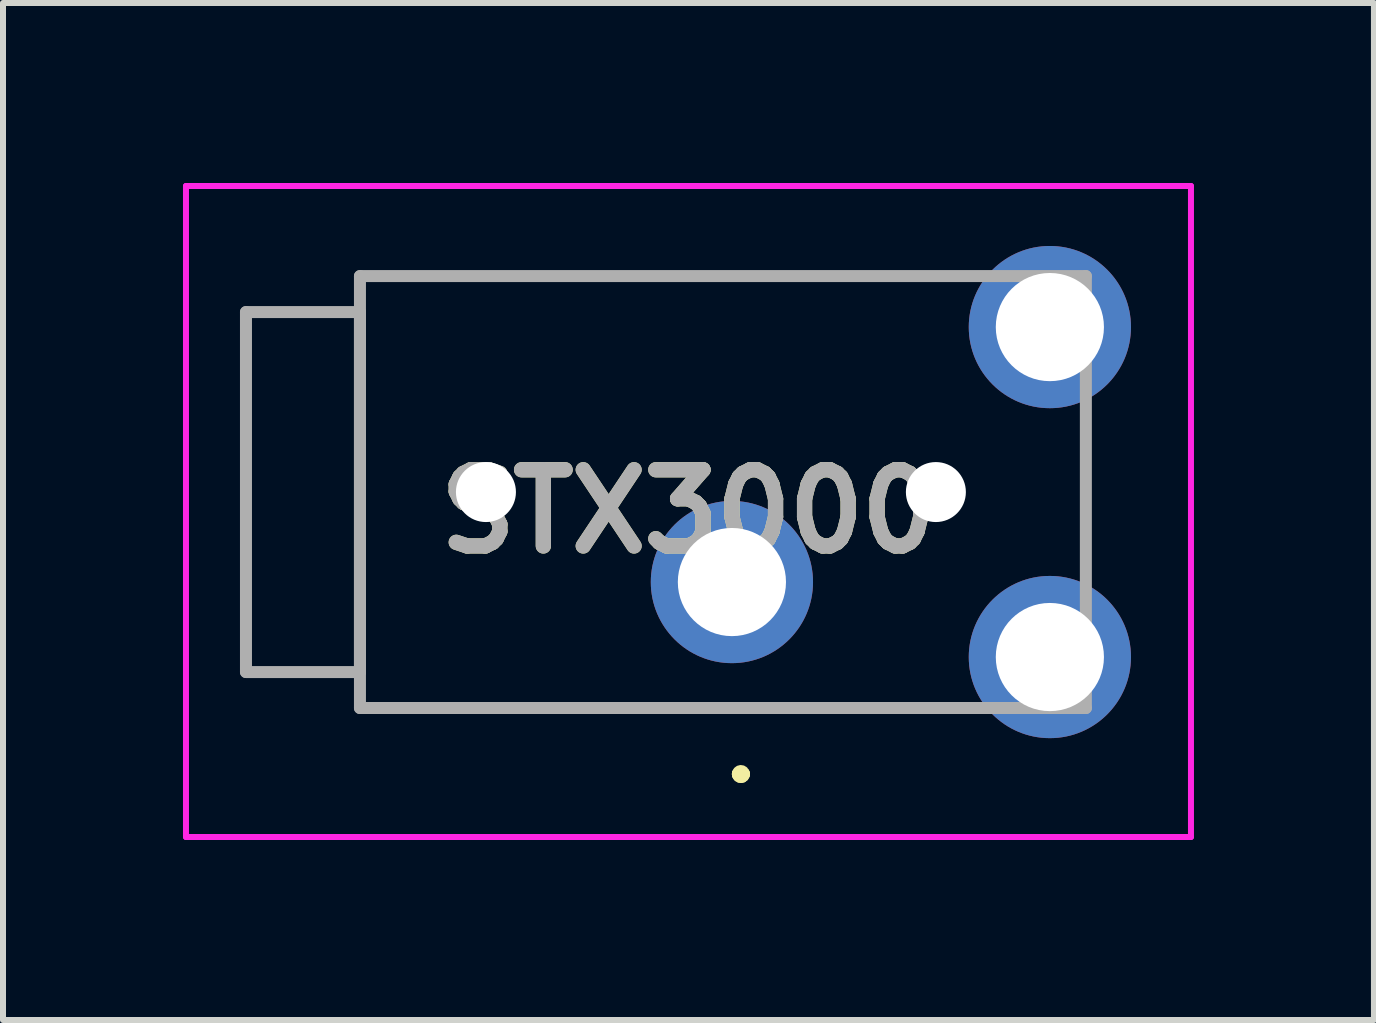
<source format=kicad_pcb>
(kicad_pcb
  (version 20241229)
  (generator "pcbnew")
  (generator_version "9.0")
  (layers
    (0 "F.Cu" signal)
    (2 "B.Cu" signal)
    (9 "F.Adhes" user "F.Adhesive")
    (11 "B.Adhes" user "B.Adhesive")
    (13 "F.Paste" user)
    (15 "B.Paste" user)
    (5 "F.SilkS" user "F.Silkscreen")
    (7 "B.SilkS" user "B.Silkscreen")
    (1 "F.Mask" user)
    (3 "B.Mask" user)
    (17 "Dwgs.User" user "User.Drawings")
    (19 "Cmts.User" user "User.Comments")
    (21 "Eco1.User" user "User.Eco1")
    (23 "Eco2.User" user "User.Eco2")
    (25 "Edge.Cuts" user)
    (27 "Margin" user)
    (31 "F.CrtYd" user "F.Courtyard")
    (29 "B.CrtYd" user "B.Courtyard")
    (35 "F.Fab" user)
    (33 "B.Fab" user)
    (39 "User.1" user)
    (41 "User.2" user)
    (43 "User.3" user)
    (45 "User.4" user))
  (footprint "STX3000"
    (layer "F.Cu")
    (at 9.15 6.652)
    (property "Reference" "STX3000" (at -0.724 -1.176 0) (layer "F.SilkS") (effects (font (size 1.27 1.27) (thickness 0.254))))
    (attr through_hole)
    (fp_line (start -8.1 -4.5) (end -8.1 1.5) (stroke (width 0.1) (type solid)) (layer "F.SilkS"))
    (fp_line (start -8.1 1.5) (end -6.2 1.5) (stroke (width 0.1) (type solid)) (layer "F.SilkS"))
    (fp_line (start -6.2 -5.1) (end -6.2 -5.1) (stroke (width 0.1) (type solid)) (layer "F.SilkS"))
    (fp_line (start -6.2 -5.1) (end -6.2 -5.1) (stroke (width 0.1) (type solid)) (layer "F.SilkS"))
    (fp_line (start -6.2 -5.1) (end -6.2 -4.5) (stroke (width 0.1) (type solid)) (layer "F.SilkS"))
    (fp_line (start -6.2 -5.1) (end 3.3 -5.1) (stroke (width 0.1) (type solid)) (layer "F.SilkS"))
    (fp_line (start -6.2 -4.5) (end -8.1 -4.5) (stroke (width 0.1) (type solid)) (layer "F.SilkS"))
    (fp_line (start -6.2 -4.5) (end -6.2 -5.1) (stroke (width 0.1) (type solid)) (layer "F.SilkS"))
    (fp_line (start -6.2 -4.5) (end -6.2 -4.5) (stroke (width 0.1) (type solid)) (layer "F.SilkS"))
    (fp_line (start -6.2 1.5) (end -6.2 -4.5) (stroke (width 0.1) (type solid)) (layer "F.SilkS"))
    (fp_line (start -6.2 1.5) (end -6.2 1.5) (stroke (width 0.1) (type solid)) (layer "F.SilkS"))
    (fp_line (start -6.2 1.5) (end -6.2 2.1) (stroke (width 0.1) (type solid)) (layer "F.SilkS"))
    (fp_line (start -6.2 2.1) (end -6.2 1.5) (stroke (width 0.1) (type solid)) (layer "F.SilkS"))
    (fp_line (start -6.2 2.1) (end -6.2 2.1) (stroke (width 0.1) (type solid)) (layer "F.SilkS"))
    (fp_line (start -6.2 2.1) (end -6.2 2.1) (stroke (width 0.1) (type solid)) (layer "F.SilkS"))
    (fp_line (start -6.2 2.1) (end 3.3 2.1) (stroke (width 0.1) (type solid)) (layer "F.SilkS"))
    (fp_line (start 0.1 3.2) (end 0.1 3.2) (stroke (width 0.2) (type solid)) (layer "F.SilkS"))
    (fp_line (start 0.1 3.2) (end 0.1 3.2) (stroke (width 0.2) (type solid)) (layer "F.SilkS"))
    (fp_line (start 0.2 3.2) (end 0.2 3.2) (stroke (width 0.2) (type solid)) (layer "F.SilkS"))
    (fp_line (start 3.3 -5.1) (end -6.2 -5.1) (stroke (width 0.1) (type solid)) (layer "F.SilkS"))
    (fp_line (start 3.3 -5.1) (end 3.3 -5.1) (stroke (width 0.1) (type solid)) (layer "F.SilkS"))
    (fp_line (start 3.3 2.1) (end -6.2 2.1) (stroke (width 0.1) (type solid)) (layer "F.SilkS"))
    (fp_line (start 3.3 2.1) (end 3.3 2.1) (stroke (width 0.1) (type solid)) (layer "F.SilkS"))
    (fp_arc (start 0.1 3.2) (mid 0.15 3.15) (end 0.2 3.2) (stroke (width 0.2) (type solid)) (layer "F.SilkS"))
    (fp_arc (start 0.2 3.2) (mid 0.15 3.25) (end 0.1 3.2) (stroke (width 0.2) (type solid)) (layer "F.SilkS"))
    (fp_arc (start 0.2 3.2) (mid 0.15 3.25) (end 0.1 3.2) (stroke (width 0.2) (type solid)) (layer "F.SilkS"))
    (fp_line (start -9.1 -6.602) (end -9.1 4.25) (stroke (width 0.1) (type solid)) (layer "F.CrtYd"))
    (fp_line (start -9.1 4.25) (end 7.652 4.25) (stroke (width 0.1) (type solid)) (layer "F.CrtYd"))
    (fp_line (start 7.652 -6.602) (end -9.1 -6.602) (stroke (width 0.1) (type solid)) (layer "F.CrtYd"))
    (fp_line (start 7.652 4.25) (end 7.652 -6.602) (stroke (width 0.1) (type solid)) (layer "F.CrtYd"))
    (fp_line (start -8.1 -4.5) (end -8.1 1.5) (stroke (width 0.2) (type solid)) (layer "F.Fab"))
    (fp_line (start -8.1 1.5) (end -6.2 1.5) (stroke (width 0.2) (type solid)) (layer "F.Fab"))
    (fp_line (start -6.2 -5.1) (end 5.9 -5.1) (stroke (width 0.2) (type solid)) (layer "F.Fab"))
    (fp_line (start -6.2 -4.5) (end -8.1 -4.5) (stroke (width 0.2) (type solid)) (layer "F.Fab"))
    (fp_line (start -6.2 1.5) (end -6.2 -4.5) (stroke (width 0.2) (type solid)) (layer "F.Fab"))
    (fp_line (start -6.2 2.1) (end -6.2 -5.1) (stroke (width 0.2) (type solid)) (layer "F.Fab"))
    (fp_line (start 5.9 -5.1) (end 5.9 2.1) (stroke (width 0.2) (type solid)) (layer "F.Fab"))
    (fp_line (start 5.9 2.1) (end -6.2 2.1) (stroke (width 0.2) (type solid)) (layer "F.Fab"))
    (fp_text user "${REFERENCE}" (at -0.724 -1.176 0) (layer "F.Fab") (effects (font (size 1.27 1.27) (thickness 0.254))))
    (pad "" np_thru_hole circle (at -4.1 -1.5) (size 1 1) (drill 1) (layers "*.Cu" "*.Mask"))
    (pad "" np_thru_hole circle (at 3.4 -1.5) (size 1 1) (drill 1) (layers "*.Cu" "*.Mask"))
    (pad "G" thru_hole circle (at 0 0) (size 2.704 2.704) (drill 1.803) (layers "*.Cu" "*.Mask"))
    (pad "S" thru_hole circle (at 5.3 -4.25) (size 2.704 2.704) (drill 1.803) (layers "*.Cu" "*.Mask"))
    (pad "T" thru_hole circle (at 5.3 1.25) (size 2.704 2.704) (drill 1.803) (layers "*.Cu" "*.Mask")))
  (gr_rect
    (start -3 -3)
    (end 19.852 13.952)
    (stroke (width 0.1) (type default))
    (fill no)
    (layer "Edge.Cuts")))
</source>
